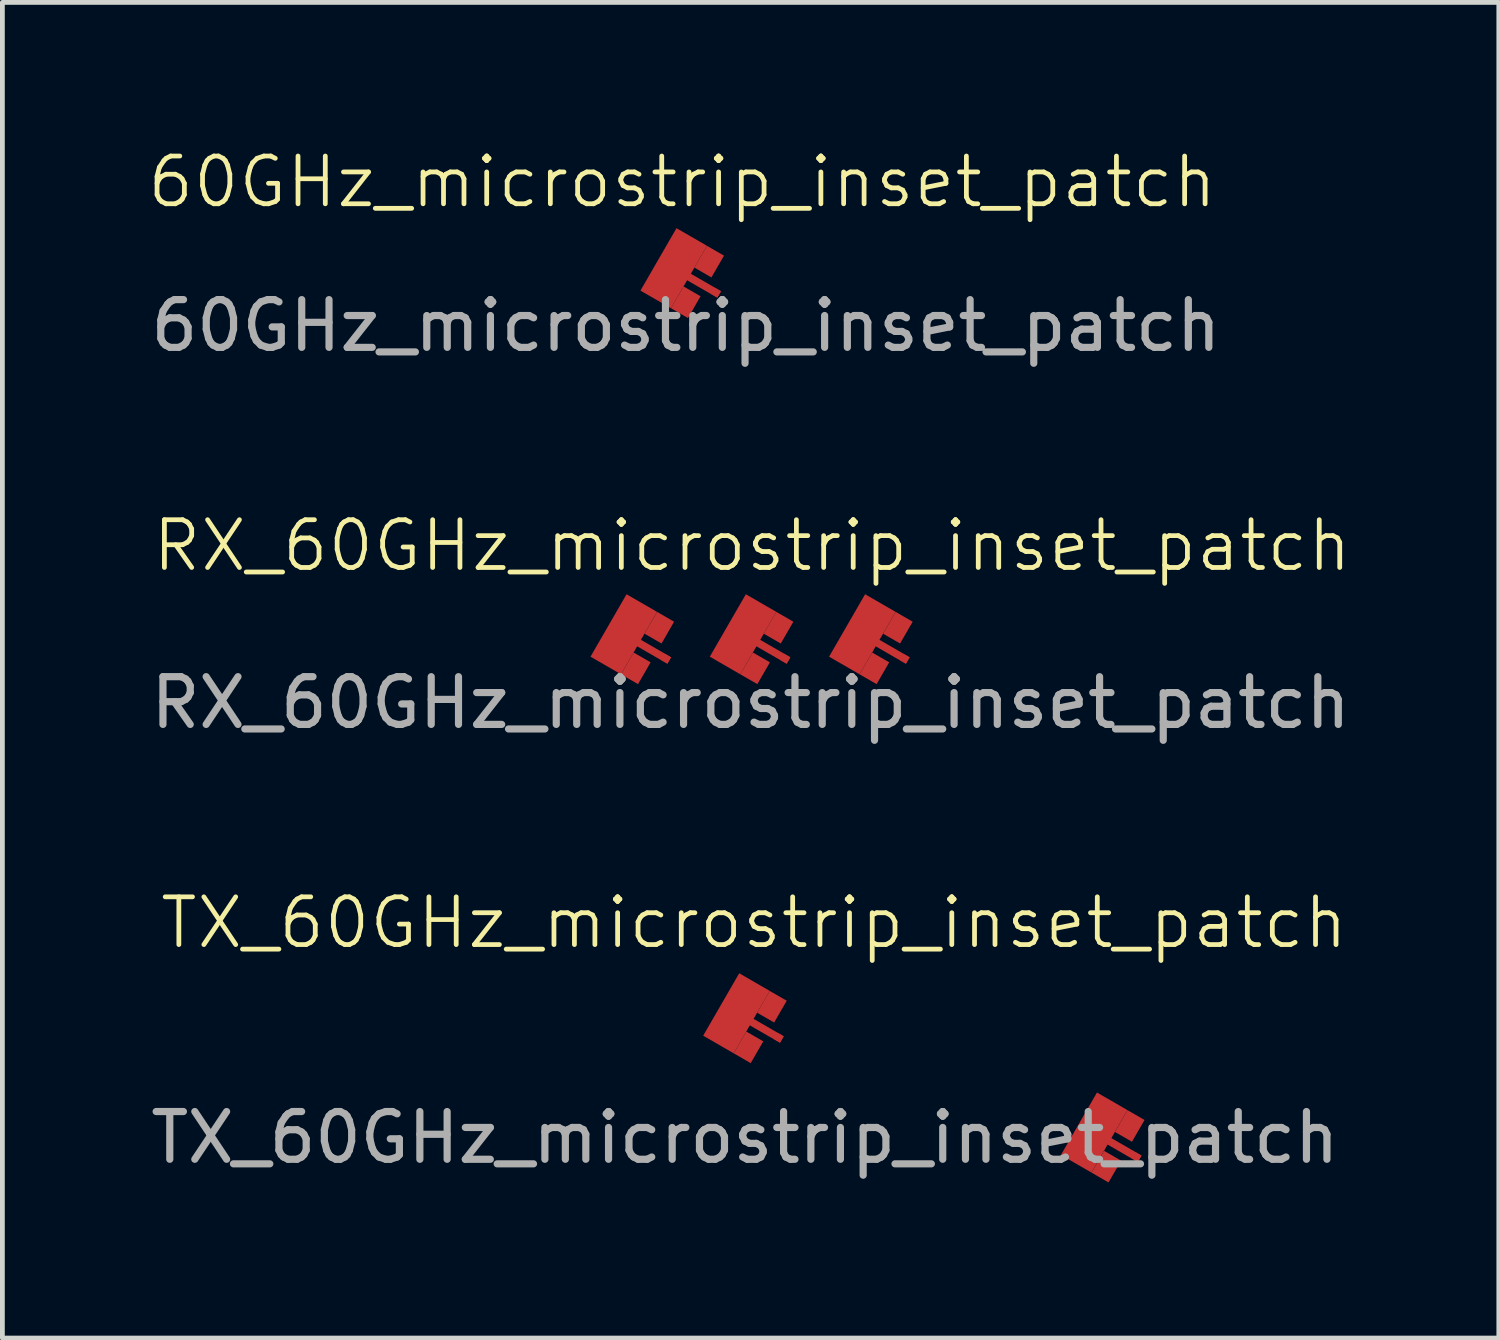
<source format=kicad_pcb>
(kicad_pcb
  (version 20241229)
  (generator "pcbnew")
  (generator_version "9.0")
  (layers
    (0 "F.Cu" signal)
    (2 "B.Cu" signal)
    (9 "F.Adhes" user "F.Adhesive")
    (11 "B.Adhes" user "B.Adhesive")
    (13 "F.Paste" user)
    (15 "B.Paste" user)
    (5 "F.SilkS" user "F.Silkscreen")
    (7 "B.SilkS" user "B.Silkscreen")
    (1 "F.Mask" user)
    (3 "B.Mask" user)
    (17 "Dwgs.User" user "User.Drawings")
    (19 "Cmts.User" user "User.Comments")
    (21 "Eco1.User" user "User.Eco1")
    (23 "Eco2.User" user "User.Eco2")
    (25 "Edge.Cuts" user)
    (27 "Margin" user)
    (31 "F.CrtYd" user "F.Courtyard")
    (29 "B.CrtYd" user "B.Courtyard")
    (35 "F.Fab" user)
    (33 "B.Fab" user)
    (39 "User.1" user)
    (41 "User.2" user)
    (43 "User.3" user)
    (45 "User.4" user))
  (footprint "TX_60GHz_microstrip_inset_patch"
    (layer "F.Cu")
    (at 12.554 18.278)
    (property "Reference" "TX_60GHz_microstrip_inset_patch" (at 0.19 -2 0) (unlocked yes) (layer "F.SilkS") (effects (font (size 1 1) (thickness 0.1))))
    (attr smd)
    (fp_rect (start -1.2 -1.3) (end 1.6 1.15) (stroke (width 0.1) (type solid)) (fill yes) (layer "F.Mask"))
    (fp_rect (start 6.29 1.2) (end 9.09 3.65) (stroke (width 0.1) (type solid)) (fill yes) (layer "F.Mask"))
    (fp_text user "${REFERENCE}" (at 0 2.5 0) (unlocked yes) (layer "F.Fab") (effects (font (size 1 1) (thickness 0.15))))
    (pad "1" smd rect (at -0.178 -0.103 60) (size 1.51 0.738) (layers "F.Cu" "F.Mask"))
    (pad "1" smd custom (at 0.074 0.61 60) (size 0.527 0.412) (layers "F.Cu" "F.Mask") (options (anchor rect)) (primitives))
    (pad "1" smd custom (at 0.428 0.247 60) (size 0.157 0.8) (layers "F.Cu" "F.Mask") (options (anchor rect)) (primitives))
    (pad "1" smd custom (at 0.565 -0.241 60) (size 0.527 0.412) (layers "F.Cu" "F.Mask") (options (anchor rect)) (primitives))
    (pad "1" smd custom (at 0.706 0.408 60) (size 0.15 0.15) (layers "F.Cu" "F.Mask") (options (anchor rect)) (primitives))
    (pad "2" smd rect (at 7.316 2.395 60) (size 1.51 0.738) (layers "F.Cu" "F.Mask"))
    (pad "2" smd custom (at 7.569 3.109 60) (size 0.527 0.412) (layers "F.Cu" "F.Mask") (options (anchor rect)) (primitives))
    (pad "2" smd custom (at 7.923 2.745 60) (size 0.157 0.8) (layers "F.Cu" "F.Mask") (options (anchor rect)) (primitives))
    (pad "2" smd custom (at 8.06 2.257 60) (size 0.527 0.412) (layers "F.Cu" "F.Mask") (options (anchor rect)) (primitives))
    (pad "2" smd custom (at 8.201 2.906 60) (size 0.15 0.15) (layers "F.Cu" "F.Mask") (options (anchor rect)) (primitives))
    (zone (net_name "") (layers "F.Cu" "F.Mask" "F.SilkS" "F.Adhes" "F.Paste") (hatch edge 0.5) (connect_pads) (min_thickness 0.25) (filled_areas_thickness no) (keepout (tracks allowed) (vias not_allowed) (pads not_allowed) (copperpour not_allowed) (footprints not_allowed)) (placement (enabled no)) (fill) (polygon (pts (xy 14.204 16.928) (xy 11.304 16.928) (xy 11.304 19.478) (xy 14.204 19.478))))
    (zone (net_name "") (layers "F.Cu" "F.Mask" "F.SilkS" "F.Adhes" "F.Paste") (hatch edge 0.5) (connect_pads) (min_thickness 0.25) (filled_areas_thickness no) (keepout (tracks allowed) (vias not_allowed) (pads not_allowed) (copperpour not_allowed) (footprints not_allowed)) (placement (enabled no)) (fill) (polygon (pts (xy 21.698 19.426) (xy 18.798 19.426) (xy 18.798 21.976) (xy 21.698 21.976)))))
  (footprint "60GHz_microstrip_inset_patch"
    (layer "F.Cu")
    (at 11.24 2.671)
    (property "Reference" "60GHz_microstrip_inset_patch" (at 0 -1.91 0) (unlocked yes) (layer "F.SilkS") (effects (font (size 1 1) (thickness 0.1))))
    (attr smd)
    (fp_text user "${REFERENCE}" (at 0.078 1.1 0) (unlocked yes) (layer "F.Fab") (effects (font (size 1 1) (thickness 0.15))))
    (pad "1" smd rect (at -0.178 -0.103 60) (size 1.51 0.738) (layers "F.Cu" "F.Mask"))
    (pad "1" smd custom (at 0.074 0.61 60) (size 0.527 0.412) (layers "F.Cu" "F.Mask") (options (anchor rect)) (primitives))
    (pad "1" smd custom (at 0.428 0.247 60) (size 0.157 0.8) (layers "F.Cu" "F.Mask") (options (anchor rect)) (primitives))
    (pad "1" smd custom (at 0.565 -0.241 60) (size 0.527 0.412) (layers "F.Cu" "F.Mask") (options (anchor rect)) (primitives))
    (pad "1" smd custom (at 0.706 0.408 60) (size 0.15 0.15) (layers "F.Cu" "F.Mask") (options (anchor rect)) (primitives)))
  (footprint "RX_60GHz_microstrip_inset_patch"
    (layer "F.Cu")
    (at 12.693 10.339)
    (property "Reference" "RX_60GHz_microstrip_inset_patch" (at 0.01 -1.96 0) (unlocked yes) (layer "F.SilkS") (effects (font (size 1 1) (thickness 0.1))))
    (attr smd)
    (fp_rect (start -3.95 -1.275) (end 4.05 1.15) (stroke (width 0.1) (type solid)) (fill yes) (layer "F.Mask"))
    (fp_text user "${REFERENCE}" (at -0.02 1.33 0) (unlocked yes) (layer "F.Fab") (effects (font (size 1 1) (thickness 0.15))))
    (pad "1" smd rect (at -2.677 -0.103 60) (size 1.51 0.738) (layers "F.Cu" "F.Mask"))
    (pad "1" smd custom (at -2.425 0.61 60) (size 0.527 0.412) (layers "F.Cu" "F.Mask") (options (anchor rect)) (primitives))
    (pad "1" smd custom (at -2.07 0.247 60) (size 0.157 0.8) (layers "F.Cu" "F.Mask") (options (anchor rect)) (primitives))
    (pad "1" smd custom (at -1.933 -0.241 60) (size 0.527 0.412) (layers "F.Cu" "F.Mask") (options (anchor rect)) (primitives))
    (pad "1" smd custom (at -1.792 0.408 60) (size 0.15 0.15) (layers "F.Cu" "F.Mask") (options (anchor rect)) (primitives))
    (pad "2" smd rect (at -0.178 -0.103 60) (size 1.51 0.738) (layers "F.Cu" "F.Mask"))
    (pad "2" smd custom (at 0.074 0.61 60) (size 0.527 0.412) (layers "F.Cu" "F.Mask") (options (anchor rect)) (primitives))
    (pad "2" smd custom (at 0.428 0.247 60) (size 0.157 0.8) (layers "F.Cu" "F.Mask") (options (anchor rect)) (primitives))
    (pad "2" smd custom (at 0.565 -0.241 60) (size 0.527 0.412) (layers "F.Cu" "F.Mask") (options (anchor rect)) (primitives))
    (pad "2" smd custom (at 0.706 0.408 60) (size 0.15 0.15) (layers "F.Cu" "F.Mask") (options (anchor rect)) (primitives))
    (pad "3" smd rect (at 2.32 -0.103 60) (size 1.51 0.738) (layers "F.Cu" "F.Mask"))
    (pad "3" smd custom (at 2.572 0.61 60) (size 0.527 0.412) (layers "F.Cu" "F.Mask") (options (anchor rect)) (primitives))
    (pad "3" smd custom (at 2.926 0.247 60) (size 0.157 0.8) (layers "F.Cu" "F.Mask") (options (anchor rect)) (primitives))
    (pad "3" smd custom (at 3.064 -0.241 60) (size 0.527 0.412) (layers "F.Cu" "F.Mask") (options (anchor rect)) (primitives))
    (pad "3" smd custom (at 3.204 0.408 60) (size 0.15 0.15) (layers "F.Cu" "F.Mask") (options (anchor rect)) (primitives))
    (zone (net_name "") (layers "F.Cu" "F.Mask" "F.SilkS" "F.Adhes" "F.Paste") (hatch edge 0.5) (connect_pads) (min_thickness 0.25) (filled_areas_thickness no) (keepout (tracks allowed) (vias not_allowed) (pads not_allowed) (copperpour not_allowed) (footprints not_allowed)) (placement (enabled no)) (fill) (polygon (pts (xy 12.693 8.999) (xy 16.793 8.999) (xy 16.793 11.539) (xy 8.693 11.539) (xy 8.683 8.999)))))
  (gr_rect
    (start -3 -3)
    (end 28.345 24.978)
    (stroke (width 0.1) (type default))
    (fill no)
    (layer "Edge.Cuts")))
</source>
